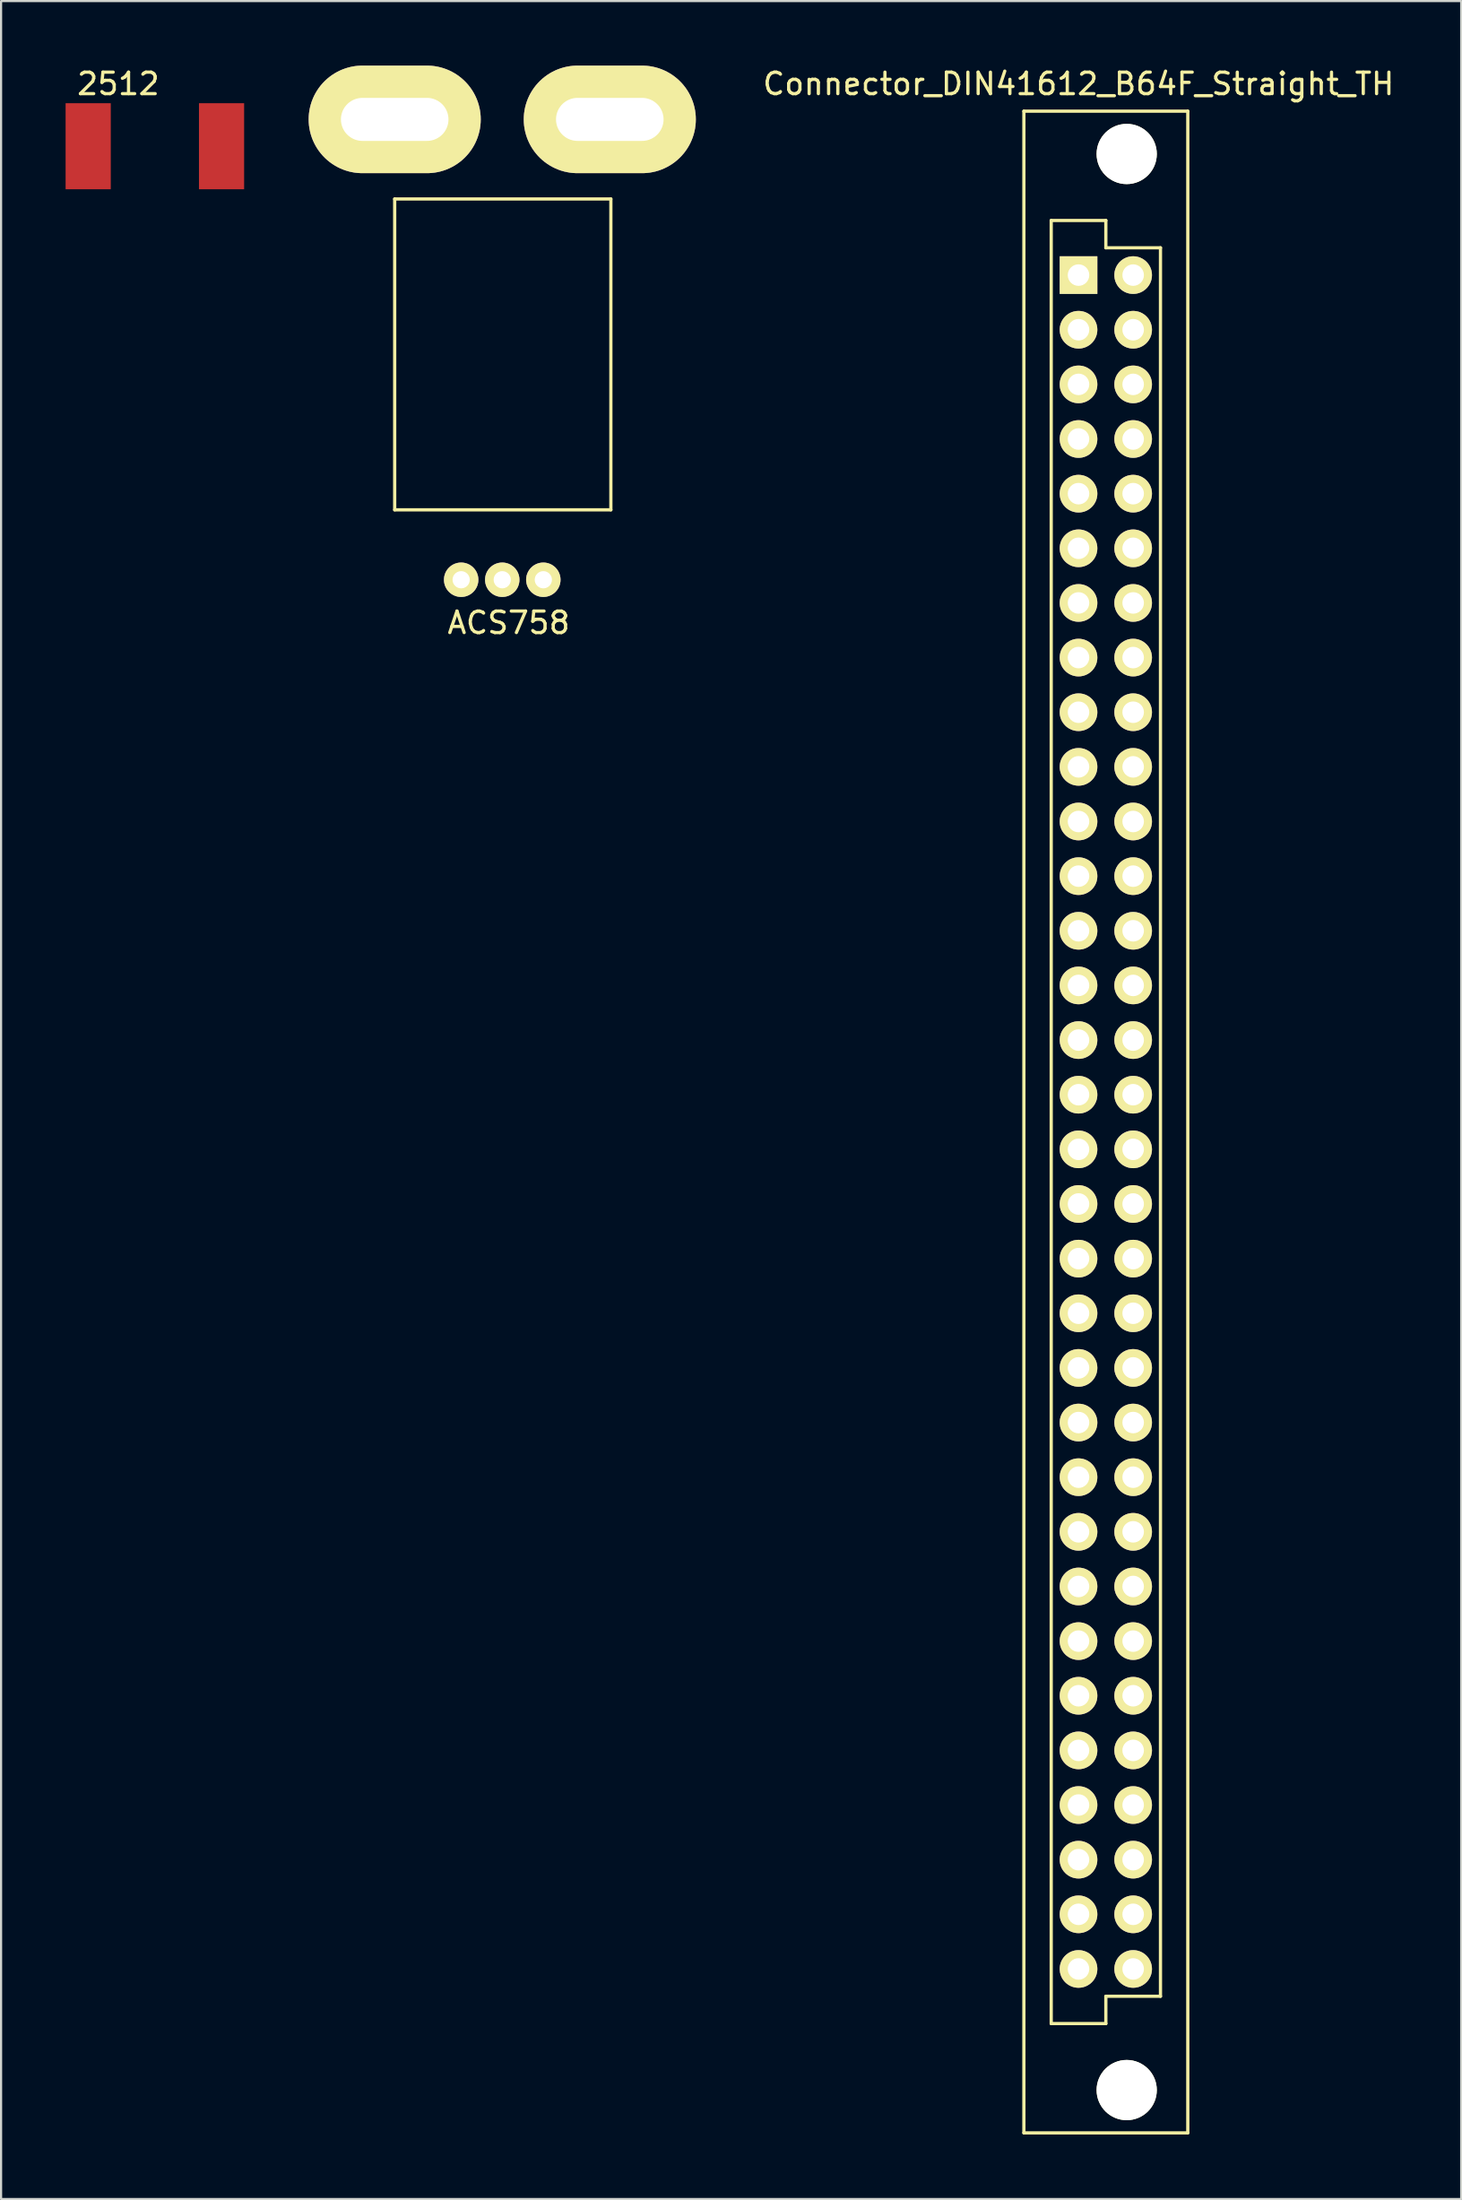
<source format=kicad_pcb>
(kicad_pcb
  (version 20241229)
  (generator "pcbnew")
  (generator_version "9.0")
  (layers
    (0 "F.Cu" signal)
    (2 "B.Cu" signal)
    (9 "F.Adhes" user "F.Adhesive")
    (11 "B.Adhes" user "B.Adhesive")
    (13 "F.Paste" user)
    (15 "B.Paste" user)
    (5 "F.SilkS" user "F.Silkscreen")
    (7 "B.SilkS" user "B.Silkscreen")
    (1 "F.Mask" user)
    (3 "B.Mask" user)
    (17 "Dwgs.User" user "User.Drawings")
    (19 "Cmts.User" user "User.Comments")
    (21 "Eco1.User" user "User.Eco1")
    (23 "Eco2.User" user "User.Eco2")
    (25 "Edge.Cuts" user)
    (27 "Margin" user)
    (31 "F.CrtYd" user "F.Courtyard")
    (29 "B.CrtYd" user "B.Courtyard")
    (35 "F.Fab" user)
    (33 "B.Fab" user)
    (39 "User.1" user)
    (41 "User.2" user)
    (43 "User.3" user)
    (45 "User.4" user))
  (footprint "ACS758"
    (layer "F.Cu")
    (at 20.3 2.5)
    (property "Reference" "ACS758" (at 0.3 23.4 0) (layer "F.SilkS") (effects (font (size 1 1) (thickness 0.15))))
    (attr through_hole)
    (fp_line (start -5 3.7) (end 5.05 3.7) (stroke (width 0.15) (type solid)) (layer "F.SilkS"))
    (fp_line (start -5 18.15) (end -5 3.7) (stroke (width 0.15) (type solid)) (layer "F.SilkS"))
    (fp_line (start 5.05 3.7) (end 5.05 18.15) (stroke (width 0.15) (type solid)) (layer "F.SilkS"))
    (fp_line (start 5.05 18.15) (end -5 18.15) (stroke (width 0.15) (type solid)) (layer "F.SilkS"))
    (pad "1" thru_hole oval (at 5 0) (size 8 5) (drill oval 5 2) (layers "*.Cu" "*.Mask" "F.SilkS"))
    (pad "2" thru_hole oval (at -5 0) (size 8 5) (drill oval 5 2) (layers "*.Cu" "*.Mask" "F.SilkS"))
    (pad "3" thru_hole circle (at -1.91 21.4) (size 1.6 1.6) (drill 0.8) (layers "*.Cu" "*.Mask" "F.SilkS"))
    (pad "4" thru_hole circle (at 0 21.4) (size 1.6 1.6) (drill 0.8) (layers "*.Cu" "*.Mask" "F.SilkS"))
    (pad "5" thru_hole circle (at 1.91 21.4) (size 1.6 1.6) (drill 0.8) (layers "*.Cu" "*.Mask" "F.SilkS")))
  (footprint "2512"
    (layer "F.Cu")
    (at 4.15 3.748)
    (property "Reference" "2512" (at -1.7 -2.9 0) (layer "F.SilkS") (effects (font (size 1 1) (thickness 0.15))))
    (attr through_hole)
    (pad "1" smd rect (at -3.1 0) (size 2.1 4) (layers "F.Cu" "F.Mask" "F.Paste"))
    (pad "2" smd rect (at 3.1 0) (size 2.1 4) (layers "F.Cu" "F.Mask" "F.Paste")))
  (footprint "Connector_DIN41612_B64F_Straight_TH"
    (layer "F.Cu")
    (at 47.092 9.738)
    (property "Reference" "Connector_DIN41612_B64F_Straight_TH" (at 0 -8.89 0) (layer "F.SilkS") (effects (font (size 1 1) (thickness 0.15))))
    (attr through_hole)
    (fp_line (start -2.54 -7.62) (end -2.54 86.36) (stroke (width 0.15) (type solid)) (layer "F.SilkS"))
    (fp_line (start -2.54 86.36) (end 5.08 86.36) (stroke (width 0.15) (type solid)) (layer "F.SilkS"))
    (fp_line (start -1.27 -2.54) (end 1.27 -2.54) (stroke (width 0.15) (type solid)) (layer "F.SilkS"))
    (fp_line (start -1.27 81.28) (end -1.27 -2.54) (stroke (width 0.15) (type solid)) (layer "F.SilkS"))
    (fp_line (start 1.27 -2.54) (end 1.27 -1.27) (stroke (width 0.15) (type solid)) (layer "F.SilkS"))
    (fp_line (start 1.27 -1.27) (end 3.81 -1.27) (stroke (width 0.15) (type solid)) (layer "F.SilkS"))
    (fp_line (start 1.27 80.01) (end 1.27 81.28) (stroke (width 0.15) (type solid)) (layer "F.SilkS"))
    (fp_line (start 1.27 81.28) (end -1.27 81.28) (stroke (width 0.15) (type solid)) (layer "F.SilkS"))
    (fp_line (start 3.81 -1.27) (end 3.81 80.01) (stroke (width 0.15) (type solid)) (layer "F.SilkS"))
    (fp_line (start 3.81 80.01) (end 1.27 80.01) (stroke (width 0.15) (type solid)) (layer "F.SilkS"))
    (fp_line (start 5.08 -7.62) (end -2.54 -7.62) (stroke (width 0.15) (type solid)) (layer "F.SilkS"))
    (fp_line (start 5.08 86.36) (end 5.08 -7.62) (stroke (width 0.15) (type solid)) (layer "F.SilkS"))
    (pad "" np_thru_hole circle (at 2.24 -5.63) (size 2.8 2.8) (drill 2.8) (layers "*.Cu" "*.Mask" "F.SilkS"))
    (pad "" np_thru_hole circle (at 2.24 84.37) (size 2.8 2.8) (drill 2.8) (layers "*.Cu" "*.Mask" "F.SilkS"))
    (pad "1" thru_hole rect (at 0 0) (size 1.75 1.75) (drill 1) (layers "*.Cu" "*.Mask" "F.SilkS"))
    (pad "2" thru_hole circle (at 0 2.54) (size 1.75 1.75) (drill 1) (layers "*.Cu" "*.Mask" "F.SilkS"))
    (pad "3" thru_hole circle (at 0 5.08) (size 1.75 1.75) (drill 1) (layers "*.Cu" "*.Mask" "F.SilkS"))
    (pad "4" thru_hole circle (at 0 7.62) (size 1.75 1.75) (drill 1) (layers "*.Cu" "*.Mask" "F.SilkS"))
    (pad "5" thru_hole circle (at 0 10.16) (size 1.75 1.75) (drill 1) (layers "*.Cu" "*.Mask" "F.SilkS"))
    (pad "6" thru_hole circle (at 0 12.7) (size 1.75 1.75) (drill 1) (layers "*.Cu" "*.Mask" "F.SilkS"))
    (pad "7" thru_hole circle (at 0 15.24) (size 1.75 1.75) (drill 1) (layers "*.Cu" "*.Mask" "F.SilkS"))
    (pad "8" thru_hole circle (at 0 17.78) (size 1.75 1.75) (drill 1) (layers "*.Cu" "*.Mask" "F.SilkS"))
    (pad "9" thru_hole circle (at 0 20.32) (size 1.75 1.75) (drill 1) (layers "*.Cu" "*.Mask" "F.SilkS"))
    (pad "10" thru_hole circle (at 0 22.86) (size 1.75 1.75) (drill 1) (layers "*.Cu" "*.Mask" "F.SilkS"))
    (pad "11" thru_hole circle (at 0 25.4) (size 1.75 1.75) (drill 1) (layers "*.Cu" "*.Mask" "F.SilkS"))
    (pad "12" thru_hole circle (at 0 27.94) (size 1.75 1.75) (drill 1) (layers "*.Cu" "*.Mask" "F.SilkS"))
    (pad "13" thru_hole circle (at 0 30.48) (size 1.75 1.75) (drill 1) (layers "*.Cu" "*.Mask" "F.SilkS"))
    (pad "14" thru_hole circle (at 0 33.02) (size 1.75 1.75) (drill 1) (layers "*.Cu" "*.Mask" "F.SilkS"))
    (pad "15" thru_hole circle (at 0 35.56) (size 1.75 1.75) (drill 1) (layers "*.Cu" "*.Mask" "F.SilkS"))
    (pad "16" thru_hole circle (at 0 38.1) (size 1.75 1.75) (drill 1) (layers "*.Cu" "*.Mask" "F.SilkS"))
    (pad "17" thru_hole circle (at 0 40.64) (size 1.75 1.75) (drill 1) (layers "*.Cu" "*.Mask" "F.SilkS"))
    (pad "18" thru_hole circle (at 0 43.18) (size 1.75 1.75) (drill 1) (layers "*.Cu" "*.Mask" "F.SilkS"))
    (pad "19" thru_hole circle (at 0 45.72) (size 1.75 1.75) (drill 1) (layers "*.Cu" "*.Mask" "F.SilkS"))
    (pad "20" thru_hole circle (at 0 48.26) (size 1.75 1.75) (drill 1) (layers "*.Cu" "*.Mask" "F.SilkS"))
    (pad "21" thru_hole circle (at 0 50.8) (size 1.75 1.75) (drill 1) (layers "*.Cu" "*.Mask" "F.SilkS"))
    (pad "22" thru_hole circle (at 0 53.34) (size 1.75 1.75) (drill 1) (layers "*.Cu" "*.Mask" "F.SilkS"))
    (pad "23" thru_hole circle (at 0 55.88) (size 1.75 1.75) (drill 1) (layers "*.Cu" "*.Mask" "F.SilkS"))
    (pad "24" thru_hole circle (at 0 58.42) (size 1.75 1.75) (drill 1) (layers "*.Cu" "*.Mask" "F.SilkS"))
    (pad "25" thru_hole circle (at 0 60.96) (size 1.75 1.75) (drill 1) (layers "*.Cu" "*.Mask" "F.SilkS"))
    (pad "26" thru_hole circle (at 0 63.5) (size 1.75 1.75) (drill 1) (layers "*.Cu" "*.Mask" "F.SilkS"))
    (pad "27" thru_hole circle (at 0 66.04) (size 1.75 1.75) (drill 1) (layers "*.Cu" "*.Mask" "F.SilkS"))
    (pad "28" thru_hole circle (at 0 68.58) (size 1.75 1.75) (drill 1) (layers "*.Cu" "*.Mask" "F.SilkS"))
    (pad "29" thru_hole circle (at 0 71.12) (size 1.75 1.75) (drill 1) (layers "*.Cu" "*.Mask" "F.SilkS"))
    (pad "30" thru_hole circle (at 0 73.66) (size 1.75 1.75) (drill 1) (layers "*.Cu" "*.Mask" "F.SilkS"))
    (pad "31" thru_hole circle (at 0 76.2) (size 1.75 1.75) (drill 1) (layers "*.Cu" "*.Mask" "F.SilkS"))
    (pad "32" thru_hole circle (at 0 78.74) (size 1.75 1.75) (drill 1) (layers "*.Cu" "*.Mask" "F.SilkS"))
    (pad "33" thru_hole circle (at 2.54 0) (size 1.75 1.75) (drill 1) (layers "*.Cu" "*.Mask" "F.SilkS"))
    (pad "34" thru_hole circle (at 2.54 2.54) (size 1.75 1.75) (drill 1) (layers "*.Cu" "*.Mask" "F.SilkS"))
    (pad "35" thru_hole circle (at 2.54 5.08) (size 1.75 1.75) (drill 1) (layers "*.Cu" "*.Mask" "F.SilkS"))
    (pad "36" thru_hole circle (at 2.54 7.62) (size 1.75 1.75) (drill 1) (layers "*.Cu" "*.Mask" "F.SilkS"))
    (pad "37" thru_hole circle (at 2.54 10.16) (size 1.75 1.75) (drill 1) (layers "*.Cu" "*.Mask" "F.SilkS"))
    (pad "38" thru_hole circle (at 2.54 12.7) (size 1.75 1.75) (drill 1) (layers "*.Cu" "*.Mask" "F.SilkS"))
    (pad "39" thru_hole circle (at 2.54 15.24) (size 1.75 1.75) (drill 1) (layers "*.Cu" "*.Mask" "F.SilkS"))
    (pad "40" thru_hole circle (at 2.54 17.78) (size 1.75 1.75) (drill 1) (layers "*.Cu" "*.Mask" "F.SilkS"))
    (pad "41" thru_hole circle (at 2.54 20.32) (size 1.75 1.75) (drill 1) (layers "*.Cu" "*.Mask" "F.SilkS"))
    (pad "42" thru_hole circle (at 2.54 22.86) (size 1.75 1.75) (drill 1) (layers "*.Cu" "*.Mask" "F.SilkS"))
    (pad "43" thru_hole circle (at 2.54 25.4) (size 1.75 1.75) (drill 1) (layers "*.Cu" "*.Mask" "F.SilkS"))
    (pad "44" thru_hole circle (at 2.54 27.94) (size 1.75 1.75) (drill 1) (layers "*.Cu" "*.Mask" "F.SilkS"))
    (pad "45" thru_hole circle (at 2.54 30.48) (size 1.75 1.75) (drill 1) (layers "*.Cu" "*.Mask" "F.SilkS"))
    (pad "46" thru_hole circle (at 2.54 33.02) (size 1.75 1.75) (drill 1) (layers "*.Cu" "*.Mask" "F.SilkS"))
    (pad "47" thru_hole circle (at 2.54 35.56) (size 1.75 1.75) (drill 1) (layers "*.Cu" "*.Mask" "F.SilkS"))
    (pad "48" thru_hole circle (at 2.54 38.1) (size 1.75 1.75) (drill 1) (layers "*.Cu" "*.Mask" "F.SilkS"))
    (pad "49" thru_hole circle (at 2.54 40.64) (size 1.75 1.75) (drill 1) (layers "*.Cu" "*.Mask" "F.SilkS"))
    (pad "50" thru_hole circle (at 2.54 43.18) (size 1.75 1.75) (drill 1) (layers "*.Cu" "*.Mask" "F.SilkS"))
    (pad "51" thru_hole circle (at 2.54 45.72) (size 1.75 1.75) (drill 1) (layers "*.Cu" "*.Mask" "F.SilkS"))
    (pad "52" thru_hole circle (at 2.54 48.26) (size 1.75 1.75) (drill 1) (layers "*.Cu" "*.Mask" "F.SilkS"))
    (pad "53" thru_hole circle (at 2.54 50.8) (size 1.75 1.75) (drill 1) (layers "*.Cu" "*.Mask" "F.SilkS"))
    (pad "54" thru_hole circle (at 2.54 53.34) (size 1.75 1.75) (drill 1) (layers "*.Cu" "*.Mask" "F.SilkS"))
    (pad "55" thru_hole circle (at 2.54 55.88) (size 1.75 1.75) (drill 1) (layers "*.Cu" "*.Mask" "F.SilkS"))
    (pad "56" thru_hole circle (at 2.54 58.42) (size 1.75 1.75) (drill 1) (layers "*.Cu" "*.Mask" "F.SilkS"))
    (pad "57" thru_hole circle (at 2.54 60.96) (size 1.75 1.75) (drill 1) (layers "*.Cu" "*.Mask" "F.SilkS"))
    (pad "58" thru_hole circle (at 2.54 63.5) (size 1.75 1.75) (drill 1) (layers "*.Cu" "*.Mask" "F.SilkS"))
    (pad "59" thru_hole circle (at 2.54 66.04) (size 1.75 1.75) (drill 1) (layers "*.Cu" "*.Mask" "F.SilkS"))
    (pad "60" thru_hole circle (at 2.54 68.58) (size 1.75 1.75) (drill 1) (layers "*.Cu" "*.Mask" "F.SilkS"))
    (pad "61" thru_hole circle (at 2.54 71.12) (size 1.75 1.75) (drill 1) (layers "*.Cu" "*.Mask" "F.SilkS"))
    (pad "62" thru_hole circle (at 2.54 73.66) (size 1.75 1.75) (drill 1) (layers "*.Cu" "*.Mask" "F.SilkS"))
    (pad "63" thru_hole circle (at 2.54 76.2) (size 1.75 1.75) (drill 1) (layers "*.Cu" "*.Mask" "F.SilkS"))
    (pad "64" thru_hole circle (at 2.54 78.74) (size 1.75 1.75) (drill 1) (layers "*.Cu" "*.Mask" "F.SilkS")))
  (gr_rect
    (start -3 -3)
    (end 64.883 99.173)
    (stroke (width 0.1) (type default))
    (fill no)
    (layer "Edge.Cuts")))
</source>
